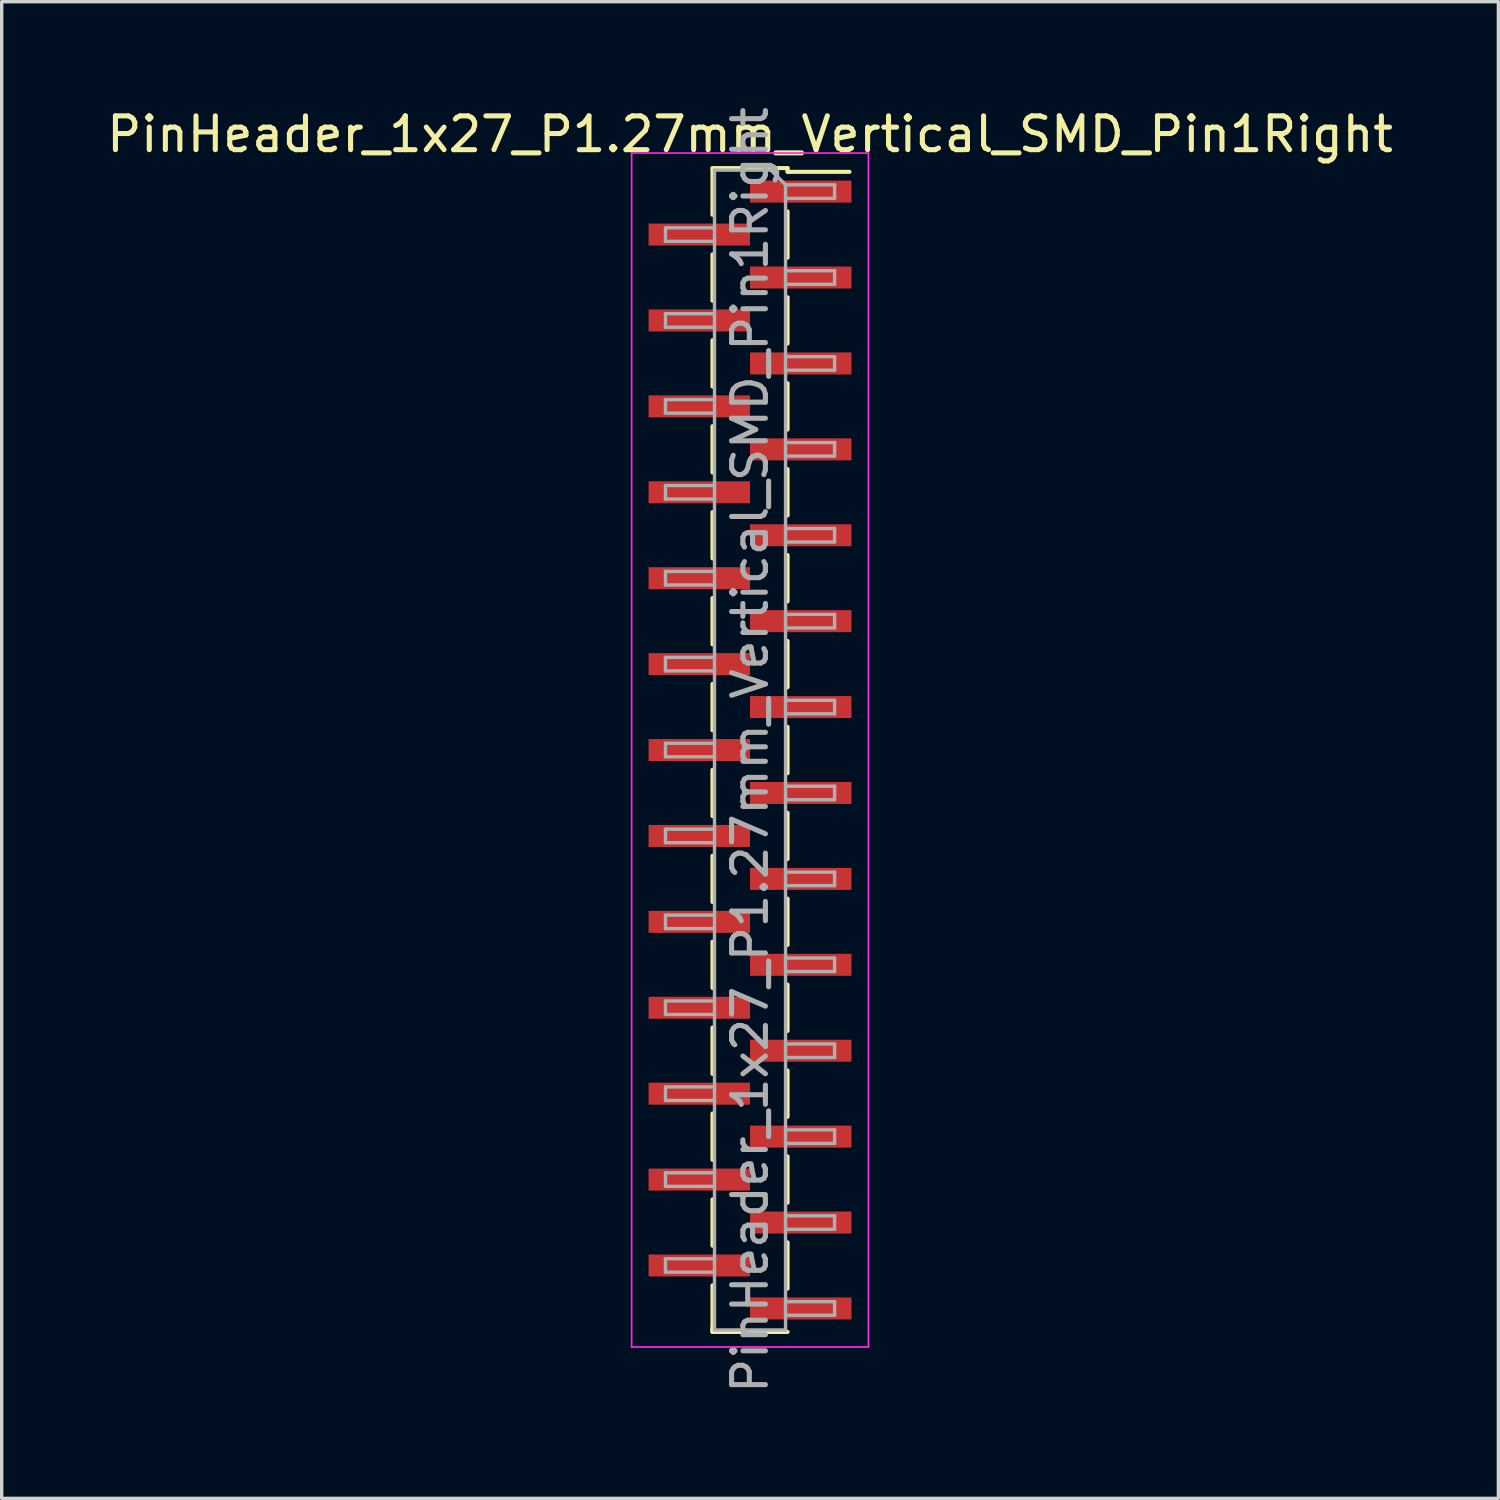
<source format=kicad_pcb>
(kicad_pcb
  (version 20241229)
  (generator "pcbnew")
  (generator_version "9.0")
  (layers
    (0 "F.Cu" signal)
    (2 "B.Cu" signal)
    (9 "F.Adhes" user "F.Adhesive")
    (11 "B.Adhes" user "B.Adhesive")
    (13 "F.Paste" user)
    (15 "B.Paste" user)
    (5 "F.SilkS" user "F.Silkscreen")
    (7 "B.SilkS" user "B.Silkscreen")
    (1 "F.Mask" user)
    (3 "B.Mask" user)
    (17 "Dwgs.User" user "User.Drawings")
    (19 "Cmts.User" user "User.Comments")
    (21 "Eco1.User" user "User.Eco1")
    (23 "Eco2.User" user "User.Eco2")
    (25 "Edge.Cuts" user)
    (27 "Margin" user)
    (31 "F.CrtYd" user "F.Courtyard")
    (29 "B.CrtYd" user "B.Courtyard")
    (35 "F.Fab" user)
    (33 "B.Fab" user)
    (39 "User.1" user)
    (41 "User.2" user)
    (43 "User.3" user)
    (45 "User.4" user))
  (footprint "PinHeader_1x27_P1.27mm_Vertical_SMD_Pin1Right"
    (layer "F.Cu")
    (at 19.125 19.125)
    (property "Reference" "PinHeader_1x27_P1.27mm_Vertical_SMD_Pin1Right" (at 0 -18.205 0) (layer "F.SilkS") (effects (font (size 1 1) (thickness 0.15))))
    (attr smd)
    (fp_line (start -1.11 -17.205) (end 1.11 -17.205) (stroke (width 0.12) (type solid)) (layer "F.SilkS"))
    (fp_line (start -1.11 -17.195) (end -1.11 -15.825) (stroke (width 0.12) (type solid)) (layer "F.SilkS"))
    (fp_line (start -1.11 -14.655) (end -1.11 -13.285) (stroke (width 0.12) (type solid)) (layer "F.SilkS"))
    (fp_line (start -1.11 -12.115) (end -1.11 -10.745) (stroke (width 0.12) (type solid)) (layer "F.SilkS"))
    (fp_line (start -1.11 -9.575) (end -1.11 -8.205) (stroke (width 0.12) (type solid)) (layer "F.SilkS"))
    (fp_line (start -1.11 -7.035) (end -1.11 -5.665) (stroke (width 0.12) (type solid)) (layer "F.SilkS"))
    (fp_line (start -1.11 -4.495) (end -1.11 -3.125) (stroke (width 0.12) (type solid)) (layer "F.SilkS"))
    (fp_line (start -1.11 -1.955) (end -1.11 -0.585) (stroke (width 0.12) (type solid)) (layer "F.SilkS"))
    (fp_line (start -1.11 0.585) (end -1.11 1.955) (stroke (width 0.12) (type solid)) (layer "F.SilkS"))
    (fp_line (start -1.11 3.125) (end -1.11 4.495) (stroke (width 0.12) (type solid)) (layer "F.SilkS"))
    (fp_line (start -1.11 5.665) (end -1.11 7.035) (stroke (width 0.12) (type solid)) (layer "F.SilkS"))
    (fp_line (start -1.11 8.205) (end -1.11 9.575) (stroke (width 0.12) (type solid)) (layer "F.SilkS"))
    (fp_line (start -1.11 10.745) (end -1.11 12.115) (stroke (width 0.12) (type solid)) (layer "F.SilkS"))
    (fp_line (start -1.11 13.285) (end -1.11 14.655) (stroke (width 0.12) (type solid)) (layer "F.SilkS"))
    (fp_line (start -1.11 15.825) (end -1.11 17.195) (stroke (width 0.12) (type solid)) (layer "F.SilkS"))
    (fp_line (start -1.11 17.095) (end -1.11 17.205) (stroke (width 0.12) (type solid)) (layer "F.SilkS"))
    (fp_line (start -1.11 17.205) (end 1.11 17.205) (stroke (width 0.12) (type solid)) (layer "F.SilkS"))
    (fp_line (start 1.11 -17.205) (end 1.11 -17.095) (stroke (width 0.12) (type solid)) (layer "F.SilkS"))
    (fp_line (start 1.11 -17.095) (end 2.94 -17.095) (stroke (width 0.12) (type solid)) (layer "F.SilkS"))
    (fp_line (start 1.11 -15.925) (end 1.11 -14.555) (stroke (width 0.12) (type solid)) (layer "F.SilkS"))
    (fp_line (start 1.11 -13.385) (end 1.11 -12.015) (stroke (width 0.12) (type solid)) (layer "F.SilkS"))
    (fp_line (start 1.11 -10.845) (end 1.11 -9.475) (stroke (width 0.12) (type solid)) (layer "F.SilkS"))
    (fp_line (start 1.11 -8.305) (end 1.11 -6.935) (stroke (width 0.12) (type solid)) (layer "F.SilkS"))
    (fp_line (start 1.11 -5.765) (end 1.11 -4.395) (stroke (width 0.12) (type solid)) (layer "F.SilkS"))
    (fp_line (start 1.11 -3.225) (end 1.11 -1.855) (stroke (width 0.12) (type solid)) (layer "F.SilkS"))
    (fp_line (start 1.11 -0.685) (end 1.11 0.685) (stroke (width 0.12) (type solid)) (layer "F.SilkS"))
    (fp_line (start 1.11 1.855) (end 1.11 3.225) (stroke (width 0.12) (type solid)) (layer "F.SilkS"))
    (fp_line (start 1.11 4.395) (end 1.11 5.765) (stroke (width 0.12) (type solid)) (layer "F.SilkS"))
    (fp_line (start 1.11 6.935) (end 1.11 8.305) (stroke (width 0.12) (type solid)) (layer "F.SilkS"))
    (fp_line (start 1.11 9.475) (end 1.11 10.845) (stroke (width 0.12) (type solid)) (layer "F.SilkS"))
    (fp_line (start 1.11 12.015) (end 1.11 13.385) (stroke (width 0.12) (type solid)) (layer "F.SilkS"))
    (fp_line (start 1.11 14.555) (end 1.11 15.925) (stroke (width 0.12) (type solid)) (layer "F.SilkS"))
    (fp_line (start -3.5 -17.65) (end -3.5 17.65) (stroke (width 0.05) (type solid)) (layer "F.CrtYd"))
    (fp_line (start -3.5 17.65) (end 3.5 17.65) (stroke (width 0.05) (type solid)) (layer "F.CrtYd"))
    (fp_line (start 3.5 -17.65) (end -3.5 -17.65) (stroke (width 0.05) (type solid)) (layer "F.CrtYd"))
    (fp_line (start 3.5 17.65) (end 3.5 -17.65) (stroke (width 0.05) (type solid)) (layer "F.CrtYd"))
    (fp_line (start -2.5 -15.44) (end -2.5 -15.04) (stroke (width 0.1) (type solid)) (layer "F.Fab"))
    (fp_line (start -2.5 -15.04) (end -1.05 -15.04) (stroke (width 0.1) (type solid)) (layer "F.Fab"))
    (fp_line (start -2.5 -12.9) (end -2.5 -12.5) (stroke (width 0.1) (type solid)) (layer "F.Fab"))
    (fp_line (start -2.5 -12.5) (end -1.05 -12.5) (stroke (width 0.1) (type solid)) (layer "F.Fab"))
    (fp_line (start -2.5 -10.36) (end -2.5 -9.96) (stroke (width 0.1) (type solid)) (layer "F.Fab"))
    (fp_line (start -2.5 -9.96) (end -1.05 -9.96) (stroke (width 0.1) (type solid)) (layer "F.Fab"))
    (fp_line (start -2.5 -7.82) (end -2.5 -7.42) (stroke (width 0.1) (type solid)) (layer "F.Fab"))
    (fp_line (start -2.5 -7.42) (end -1.05 -7.42) (stroke (width 0.1) (type solid)) (layer "F.Fab"))
    (fp_line (start -2.5 -5.28) (end -2.5 -4.88) (stroke (width 0.1) (type solid)) (layer "F.Fab"))
    (fp_line (start -2.5 -4.88) (end -1.05 -4.88) (stroke (width 0.1) (type solid)) (layer "F.Fab"))
    (fp_line (start -2.5 -2.74) (end -2.5 -2.34) (stroke (width 0.1) (type solid)) (layer "F.Fab"))
    (fp_line (start -2.5 -2.34) (end -1.05 -2.34) (stroke (width 0.1) (type solid)) (layer "F.Fab"))
    (fp_line (start -2.5 -0.2) (end -2.5 0.2) (stroke (width 0.1) (type solid)) (layer "F.Fab"))
    (fp_line (start -2.5 0.2) (end -1.05 0.2) (stroke (width 0.1) (type solid)) (layer "F.Fab"))
    (fp_line (start -2.5 2.34) (end -2.5 2.74) (stroke (width 0.1) (type solid)) (layer "F.Fab"))
    (fp_line (start -2.5 2.74) (end -1.05 2.74) (stroke (width 0.1) (type solid)) (layer "F.Fab"))
    (fp_line (start -2.5 4.88) (end -2.5 5.28) (stroke (width 0.1) (type solid)) (layer "F.Fab"))
    (fp_line (start -2.5 5.28) (end -1.05 5.28) (stroke (width 0.1) (type solid)) (layer "F.Fab"))
    (fp_line (start -2.5 7.42) (end -2.5 7.82) (stroke (width 0.1) (type solid)) (layer "F.Fab"))
    (fp_line (start -2.5 7.82) (end -1.05 7.82) (stroke (width 0.1) (type solid)) (layer "F.Fab"))
    (fp_line (start -2.5 9.96) (end -2.5 10.36) (stroke (width 0.1) (type solid)) (layer "F.Fab"))
    (fp_line (start -2.5 10.36) (end -1.05 10.36) (stroke (width 0.1) (type solid)) (layer "F.Fab"))
    (fp_line (start -2.5 12.5) (end -2.5 12.9) (stroke (width 0.1) (type solid)) (layer "F.Fab"))
    (fp_line (start -2.5 12.9) (end -1.05 12.9) (stroke (width 0.1) (type solid)) (layer "F.Fab"))
    (fp_line (start -2.5 15.04) (end -2.5 15.44) (stroke (width 0.1) (type solid)) (layer "F.Fab"))
    (fp_line (start -2.5 15.44) (end -1.05 15.44) (stroke (width 0.1) (type solid)) (layer "F.Fab"))
    (fp_line (start -1.05 -17.145) (end -1.05 17.145) (stroke (width 0.1) (type solid)) (layer "F.Fab"))
    (fp_line (start -1.05 -17.145) (end 0.615 -17.145) (stroke (width 0.1) (type solid)) (layer "F.Fab"))
    (fp_line (start -1.05 -15.44) (end -2.5 -15.44) (stroke (width 0.1) (type solid)) (layer "F.Fab"))
    (fp_line (start -1.05 -12.9) (end -2.5 -12.9) (stroke (width 0.1) (type solid)) (layer "F.Fab"))
    (fp_line (start -1.05 -10.36) (end -2.5 -10.36) (stroke (width 0.1) (type solid)) (layer "F.Fab"))
    (fp_line (start -1.05 -7.82) (end -2.5 -7.82) (stroke (width 0.1) (type solid)) (layer "F.Fab"))
    (fp_line (start -1.05 -5.28) (end -2.5 -5.28) (stroke (width 0.1) (type solid)) (layer "F.Fab"))
    (fp_line (start -1.05 -2.74) (end -2.5 -2.74) (stroke (width 0.1) (type solid)) (layer "F.Fab"))
    (fp_line (start -1.05 -0.2) (end -2.5 -0.2) (stroke (width 0.1) (type solid)) (layer "F.Fab"))
    (fp_line (start -1.05 2.34) (end -2.5 2.34) (stroke (width 0.1) (type solid)) (layer "F.Fab"))
    (fp_line (start -1.05 4.88) (end -2.5 4.88) (stroke (width 0.1) (type solid)) (layer "F.Fab"))
    (fp_line (start -1.05 7.42) (end -2.5 7.42) (stroke (width 0.1) (type solid)) (layer "F.Fab"))
    (fp_line (start -1.05 9.96) (end -2.5 9.96) (stroke (width 0.1) (type solid)) (layer "F.Fab"))
    (fp_line (start -1.05 12.5) (end -2.5 12.5) (stroke (width 0.1) (type solid)) (layer "F.Fab"))
    (fp_line (start -1.05 15.04) (end -2.5 15.04) (stroke (width 0.1) (type solid)) (layer "F.Fab"))
    (fp_line (start 1.05 -16.71) (end 0.615 -17.145) (stroke (width 0.1) (type solid)) (layer "F.Fab"))
    (fp_line (start 1.05 -16.71) (end 2.5 -16.71) (stroke (width 0.1) (type solid)) (layer "F.Fab"))
    (fp_line (start 1.05 -14.17) (end 2.5 -14.17) (stroke (width 0.1) (type solid)) (layer "F.Fab"))
    (fp_line (start 1.05 -11.63) (end 2.5 -11.63) (stroke (width 0.1) (type solid)) (layer "F.Fab"))
    (fp_line (start 1.05 -9.09) (end 2.5 -9.09) (stroke (width 0.1) (type solid)) (layer "F.Fab"))
    (fp_line (start 1.05 -6.55) (end 2.5 -6.55) (stroke (width 0.1) (type solid)) (layer "F.Fab"))
    (fp_line (start 1.05 -4.01) (end 2.5 -4.01) (stroke (width 0.1) (type solid)) (layer "F.Fab"))
    (fp_line (start 1.05 -1.47) (end 2.5 -1.47) (stroke (width 0.1) (type solid)) (layer "F.Fab"))
    (fp_line (start 1.05 1.07) (end 2.5 1.07) (stroke (width 0.1) (type solid)) (layer "F.Fab"))
    (fp_line (start 1.05 3.61) (end 2.5 3.61) (stroke (width 0.1) (type solid)) (layer "F.Fab"))
    (fp_line (start 1.05 6.15) (end 2.5 6.15) (stroke (width 0.1) (type solid)) (layer "F.Fab"))
    (fp_line (start 1.05 8.69) (end 2.5 8.69) (stroke (width 0.1) (type solid)) (layer "F.Fab"))
    (fp_line (start 1.05 11.23) (end 2.5 11.23) (stroke (width 0.1) (type solid)) (layer "F.Fab"))
    (fp_line (start 1.05 13.77) (end 2.5 13.77) (stroke (width 0.1) (type solid)) (layer "F.Fab"))
    (fp_line (start 1.05 16.31) (end 2.5 16.31) (stroke (width 0.1) (type solid)) (layer "F.Fab"))
    (fp_line (start 1.05 17.145) (end -1.05 17.145) (stroke (width 0.1) (type solid)) (layer "F.Fab"))
    (fp_line (start 1.05 17.145) (end 1.05 -16.71) (stroke (width 0.1) (type solid)) (layer "F.Fab"))
    (fp_line (start 2.5 -16.71) (end 2.5 -16.31) (stroke (width 0.1) (type solid)) (layer "F.Fab"))
    (fp_line (start 2.5 -16.31) (end 1.05 -16.31) (stroke (width 0.1) (type solid)) (layer "F.Fab"))
    (fp_line (start 2.5 -14.17) (end 2.5 -13.77) (stroke (width 0.1) (type solid)) (layer "F.Fab"))
    (fp_line (start 2.5 -13.77) (end 1.05 -13.77) (stroke (width 0.1) (type solid)) (layer "F.Fab"))
    (fp_line (start 2.5 -11.63) (end 2.5 -11.23) (stroke (width 0.1) (type solid)) (layer "F.Fab"))
    (fp_line (start 2.5 -11.23) (end 1.05 -11.23) (stroke (width 0.1) (type solid)) (layer "F.Fab"))
    (fp_line (start 2.5 -9.09) (end 2.5 -8.69) (stroke (width 0.1) (type solid)) (layer "F.Fab"))
    (fp_line (start 2.5 -8.69) (end 1.05 -8.69) (stroke (width 0.1) (type solid)) (layer "F.Fab"))
    (fp_line (start 2.5 -6.55) (end 2.5 -6.15) (stroke (width 0.1) (type solid)) (layer "F.Fab"))
    (fp_line (start 2.5 -6.15) (end 1.05 -6.15) (stroke (width 0.1) (type solid)) (layer "F.Fab"))
    (fp_line (start 2.5 -4.01) (end 2.5 -3.61) (stroke (width 0.1) (type solid)) (layer "F.Fab"))
    (fp_line (start 2.5 -3.61) (end 1.05 -3.61) (stroke (width 0.1) (type solid)) (layer "F.Fab"))
    (fp_line (start 2.5 -1.47) (end 2.5 -1.07) (stroke (width 0.1) (type solid)) (layer "F.Fab"))
    (fp_line (start 2.5 -1.07) (end 1.05 -1.07) (stroke (width 0.1) (type solid)) (layer "F.Fab"))
    (fp_line (start 2.5 1.07) (end 2.5 1.47) (stroke (width 0.1) (type solid)) (layer "F.Fab"))
    (fp_line (start 2.5 1.47) (end 1.05 1.47) (stroke (width 0.1) (type solid)) (layer "F.Fab"))
    (fp_line (start 2.5 3.61) (end 2.5 4.01) (stroke (width 0.1) (type solid)) (layer "F.Fab"))
    (fp_line (start 2.5 4.01) (end 1.05 4.01) (stroke (width 0.1) (type solid)) (layer "F.Fab"))
    (fp_line (start 2.5 6.15) (end 2.5 6.55) (stroke (width 0.1) (type solid)) (layer "F.Fab"))
    (fp_line (start 2.5 6.55) (end 1.05 6.55) (stroke (width 0.1) (type solid)) (layer "F.Fab"))
    (fp_line (start 2.5 8.69) (end 2.5 9.09) (stroke (width 0.1) (type solid)) (layer "F.Fab"))
    (fp_line (start 2.5 9.09) (end 1.05 9.09) (stroke (width 0.1) (type solid)) (layer "F.Fab"))
    (fp_line (start 2.5 11.23) (end 2.5 11.63) (stroke (width 0.1) (type solid)) (layer "F.Fab"))
    (fp_line (start 2.5 11.63) (end 1.05 11.63) (stroke (width 0.1) (type solid)) (layer "F.Fab"))
    (fp_line (start 2.5 13.77) (end 2.5 14.17) (stroke (width 0.1) (type solid)) (layer "F.Fab"))
    (fp_line (start 2.5 14.17) (end 1.05 14.17) (stroke (width 0.1) (type solid)) (layer "F.Fab"))
    (fp_line (start 2.5 16.31) (end 2.5 16.71) (stroke (width 0.1) (type solid)) (layer "F.Fab"))
    (fp_line (start 2.5 16.71) (end 1.05 16.71) (stroke (width 0.1) (type solid)) (layer "F.Fab"))
    (fp_text user "${REFERENCE}" (at 0 0 90) (layer "F.Fab") (effects (font (size 1 1) (thickness 0.15))))
    (pad "1" smd rect (at 1.5 -16.51) (size 3 0.65) (layers "F.Cu" "F.Mask" "F.Paste"))
    (pad "2" smd rect (at -1.5 -15.24) (size 3 0.65) (layers "F.Cu" "F.Mask" "F.Paste"))
    (pad "3" smd rect (at 1.5 -13.97) (size 3 0.65) (layers "F.Cu" "F.Mask" "F.Paste"))
    (pad "4" smd rect (at -1.5 -12.7) (size 3 0.65) (layers "F.Cu" "F.Mask" "F.Paste"))
    (pad "5" smd rect (at 1.5 -11.43) (size 3 0.65) (layers "F.Cu" "F.Mask" "F.Paste"))
    (pad "6" smd rect (at -1.5 -10.16) (size 3 0.65) (layers "F.Cu" "F.Mask" "F.Paste"))
    (pad "7" smd rect (at 1.5 -8.89) (size 3 0.65) (layers "F.Cu" "F.Mask" "F.Paste"))
    (pad "8" smd rect (at -1.5 -7.62) (size 3 0.65) (layers "F.Cu" "F.Mask" "F.Paste"))
    (pad "9" smd rect (at 1.5 -6.35) (size 3 0.65) (layers "F.Cu" "F.Mask" "F.Paste"))
    (pad "10" smd rect (at -1.5 -5.08) (size 3 0.65) (layers "F.Cu" "F.Mask" "F.Paste"))
    (pad "11" smd rect (at 1.5 -3.81) (size 3 0.65) (layers "F.Cu" "F.Mask" "F.Paste"))
    (pad "12" smd rect (at -1.5 -2.54) (size 3 0.65) (layers "F.Cu" "F.Mask" "F.Paste"))
    (pad "13" smd rect (at 1.5 -1.27) (size 3 0.65) (layers "F.Cu" "F.Mask" "F.Paste"))
    (pad "14" smd rect (at -1.5 0) (size 3 0.65) (layers "F.Cu" "F.Mask" "F.Paste"))
    (pad "15" smd rect (at 1.5 1.27) (size 3 0.65) (layers "F.Cu" "F.Mask" "F.Paste"))
    (pad "16" smd rect (at -1.5 2.54) (size 3 0.65) (layers "F.Cu" "F.Mask" "F.Paste"))
    (pad "17" smd rect (at 1.5 3.81) (size 3 0.65) (layers "F.Cu" "F.Mask" "F.Paste"))
    (pad "18" smd rect (at -1.5 5.08) (size 3 0.65) (layers "F.Cu" "F.Mask" "F.Paste"))
    (pad "19" smd rect (at 1.5 6.35) (size 3 0.65) (layers "F.Cu" "F.Mask" "F.Paste"))
    (pad "20" smd rect (at -1.5 7.62) (size 3 0.65) (layers "F.Cu" "F.Mask" "F.Paste"))
    (pad "21" smd rect (at 1.5 8.89) (size 3 0.65) (layers "F.Cu" "F.Mask" "F.Paste"))
    (pad "22" smd rect (at -1.5 10.16) (size 3 0.65) (layers "F.Cu" "F.Mask" "F.Paste"))
    (pad "23" smd rect (at 1.5 11.43) (size 3 0.65) (layers "F.Cu" "F.Mask" "F.Paste"))
    (pad "24" smd rect (at -1.5 12.7) (size 3 0.65) (layers "F.Cu" "F.Mask" "F.Paste"))
    (pad "25" smd rect (at 1.5 13.97) (size 3 0.65) (layers "F.Cu" "F.Mask" "F.Paste"))
    (pad "26" smd rect (at -1.5 15.24) (size 3 0.65) (layers "F.Cu" "F.Mask" "F.Paste"))
    (pad "27" smd rect (at 1.5 16.51) (size 3 0.65) (layers "F.Cu" "F.Mask" "F.Paste")))
  (gr_rect
    (start -3 -3)
    (end 41.25 41.25)
    (stroke (width 0.1) (type default))
    (fill no)
    (layer "Edge.Cuts")))
</source>
